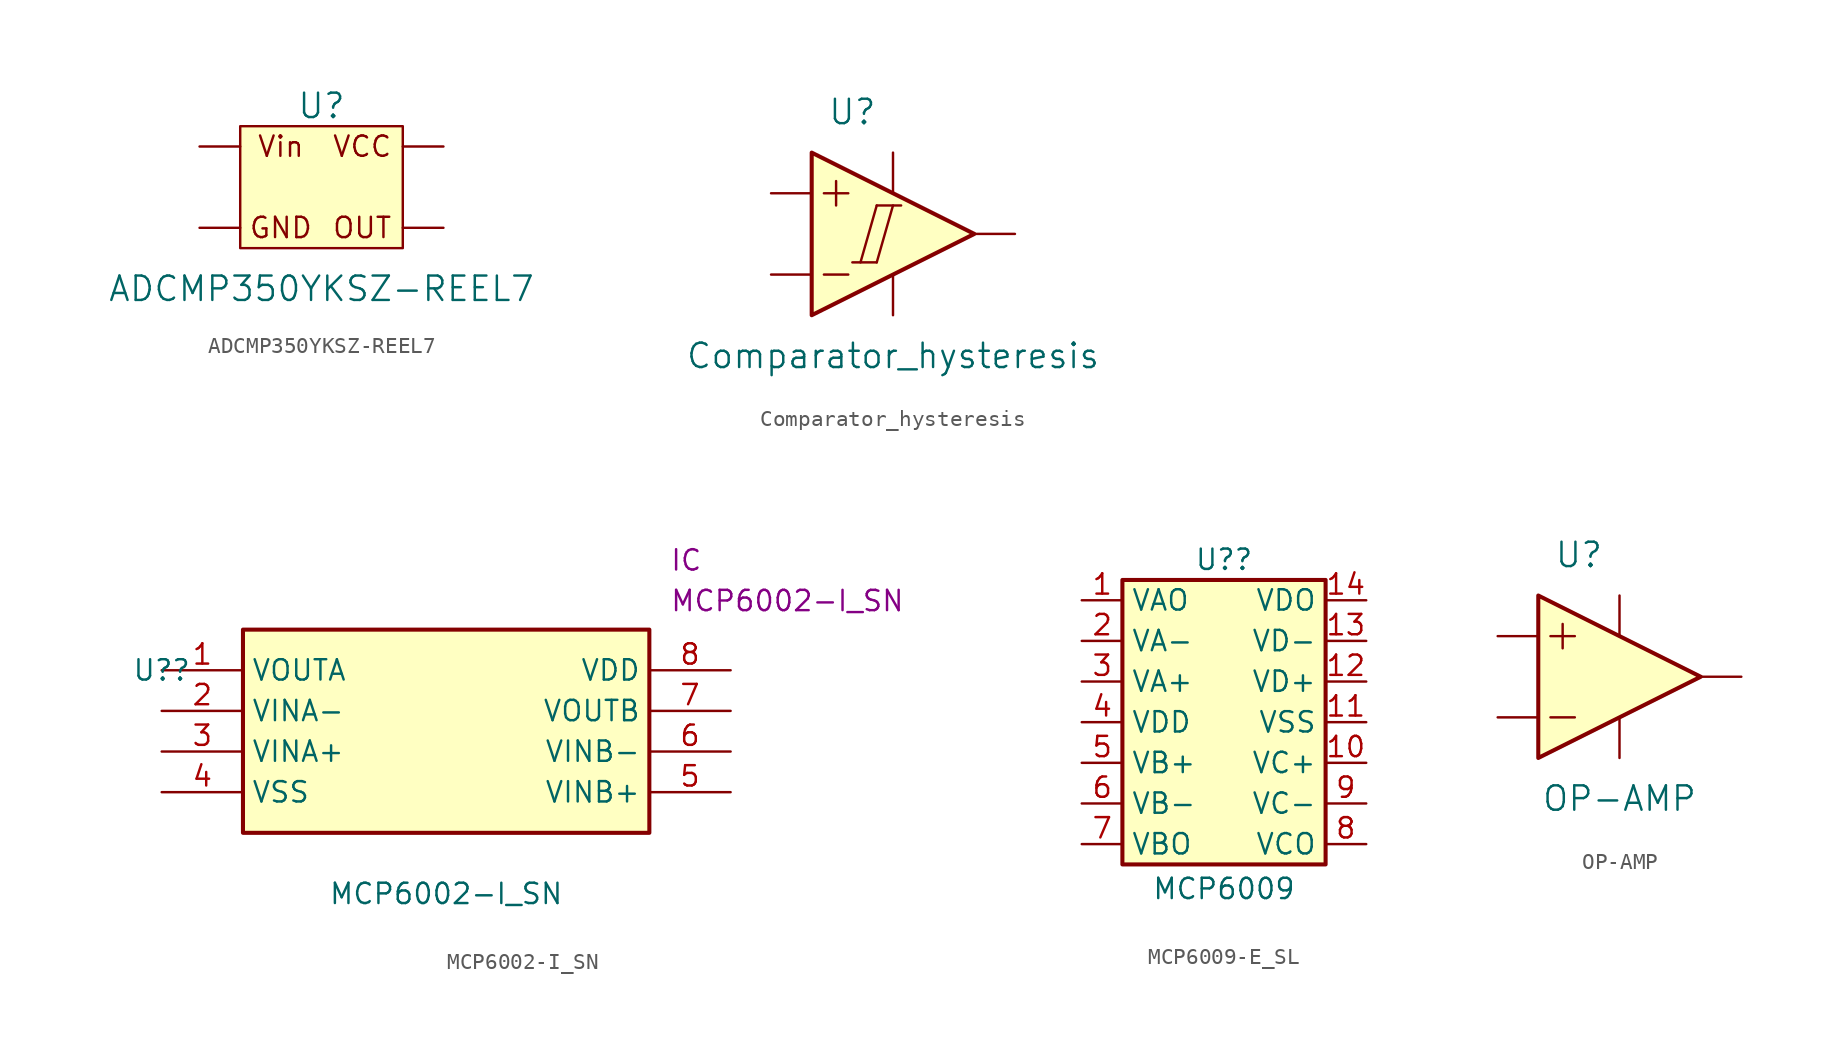
<source format=kicad_sym>
(kicad_symbol_lib
  (version 20231120)
  (generator "kicad_symbol_editor")
  (generator_version "8.0")
  (symbol "ADCMP350YKSZ-REEL7"
    (pin_numbers hide)
    (pin_names
      (offset 0) hide)
    (property "Reference" "U"
      (at 0 5.08 0)
      (effects (font (size 1.524 1.524))))
    (property "Value" "ADCMP350YKSZ-REEL7"
      (at 0 -6.35 0)
      (effects (font (size 1.524 1.524))))
    (symbol "ADCMP350YKSZ-REEL7_0_0"
      (rectangle (start -5.08 -3.81) (end 5.08 3.81) (stroke (width 0) (type default)) (fill (type background)))
      (text "GND" (at -2.54 -2.54 0) (effects (font (size 1.27 1.27))))
      (text "OUT" (at 2.54 -2.54 0) (effects (font (size 1.27 1.27))))
      (text "VCC" (at 2.54 2.54 0) (effects (font (size 1.27 1.27))))
      (text "Vin" (at -2.54 2.54 0) (effects (font (size 1.27 1.27)))))
    (symbol "ADCMP350YKSZ-REEL7_1_1"
      (pin input line (at -7.62 2.54 0) (length 2.54) (name "Vin" (effects (font (size 1.27 1.27)))) (number "1" (effects (font (size 1.27 1.27)))))
      (pin input line (at -7.62 -2.54 0) (length 2.54) (name "GND" (effects (font (size 1.27 1.27)))) (number "2" (effects (font (size 1.27 1.27)))))
      (pin input line (at 7.62 -2.54 180) (length 2.54) (name "Output" (effects (font (size 1.27 1.27)))) (number "3" (effects (font (size 1.27 1.27)))))
      (pin input line (at 7.62 2.54 180) (length 2.54) (name "Vcc" (effects (font (size 1.27 1.27)))) (number "4" (effects (font (size 1.27 1.27)))))))
  (symbol "Comparator_hysteresis"
    (pin_numbers hide)
    (pin_names
      (offset 0) hide)
    (property "Reference" "U"
      (at -2.54 7.62 0)
      (effects (font (size 1.524 1.524))))
    (property "Value" "Comparator_hysteresis"
      (at 0 -7.62 0)
      (effects (font (size 1.524 1.524))))
    (symbol "Comparator_hysteresis_0_1"
      (polyline (pts (xy -4.318 -2.54) (xy -2.794 -2.54)) (stroke (width 0) (type default)) (fill (type none)))
      (polyline (pts (xy -4.318 2.54) (xy -2.794 2.54)) (stroke (width 0) (type default)) (fill (type none)))
      (polyline (pts (xy -3.556 3.302) (xy -3.556 1.778)) (stroke (width 0) (type default)) (fill (type none)))
      (polyline (pts (xy -2.54 -1.778) (xy -1.016 -1.778)) (stroke (width 0) (type default)) (fill (type none)))
      (polyline (pts (xy -1.016 -1.778) (xy 0 1.778)) (stroke (width 0) (type default)) (fill (type none)))
      (polyline (pts (xy -1.016 1.778) (xy -2.032 -1.778)) (stroke (width 0) (type default)) (fill (type none)))
      (polyline (pts (xy -1.016 1.778) (xy 0.508 1.778)) (stroke (width 0) (type default)) (fill (type none)))
      (polyline (pts (xy -5.08 5.08) (xy -5.08 -5.08) (xy 5.08 0) (xy -5.08 5.08)) (stroke (width 0.254) (type default)) (fill (type background))))
    (symbol "Comparator_hysteresis_1_1"
      (pin input line (at -7.62 2.54 0) (length 2.54) (name "+Input" (effects (font (size 1.27 1.27)))) (number "~" (effects (font (size 1.27 1.27)))))
      (pin input line (at -7.62 -2.54 0) (length 2.54) (name "-Input" (effects (font (size 1.27 1.27)))) (number "~" (effects (font (size 1.27 1.27)))))
      (pin input line (at 7.62 0 180) (length 2.54) (name "Output" (effects (font (size 1.27 1.27)))) (number "~" (effects (font (size 1.27 1.27)))))
      (pin input line (at 0 5.08 270) (length 2.54) (name "Vs+" (effects (font (size 1.27 1.27)))) (number "~" (effects (font (size 1.27 1.27)))))
      (pin input line (at 0 -5.08 90) (length 2.54) (name "Vs-" (effects (font (size 1.27 1.27)))) (number "~" (effects (font (size 1.27 1.27)))))))
  (symbol "MCP6002-I_SN"
    (property "Reference" "U?"
      (at 0 0 0)
      (effects (font (size 1.27 1.27))))
    (property "Value" "MCP6002-I_SN"
      (at 17.78 -13.97 0)
      (effects (font (size 1.27 1.27))))
    (property "Reference_1" "IC"
      (at 31.75 7.62 0)
      (effects (font (size 1.27 1.27)) (justify left top)))
    (property "Value_1" "MCP6002-I_SN"
      (at 31.75 5.08 0)
      (effects (font (size 1.27 1.27)) (justify left top)))
    (symbol "MCP6002-I_SN_1_1"
      (rectangle (start 5.08 2.54) (end 30.48 -10.16) (stroke (width 0.254) (type default)) (fill (type background)))
      (pin passive line (at 0 0 0) (length 5.08) (name "VOUTA" (effects (font (size 1.27 1.27)))) (number "1" (effects (font (size 1.27 1.27)))))
      (pin passive line (at 0 -2.54 0) (length 5.08) (name "VINA-" (effects (font (size 1.27 1.27)))) (number "2" (effects (font (size 1.27 1.27)))))
      (pin passive line (at 0 -5.08 0) (length 5.08) (name "VINA+" (effects (font (size 1.27 1.27)))) (number "3" (effects (font (size 1.27 1.27)))))
      (pin passive line (at 0 -7.62 0) (length 5.08) (name "VSS" (effects (font (size 1.27 1.27)))) (number "4" (effects (font (size 1.27 1.27)))))
      (pin passive line (at 35.56 -7.62 180) (length 5.08) (name "VINB+" (effects (font (size 1.27 1.27)))) (number "5" (effects (font (size 1.27 1.27)))))
      (pin passive line (at 35.56 -5.08 180) (length 5.08) (name "VINB-" (effects (font (size 1.27 1.27)))) (number "6" (effects (font (size 1.27 1.27)))))
      (pin passive line (at 35.56 -2.54 180) (length 5.08) (name "VOUTB" (effects (font (size 1.27 1.27)))) (number "7" (effects (font (size 1.27 1.27)))))
      (pin passive line (at 35.56 0 180) (length 5.08) (name "VDD" (effects (font (size 1.27 1.27)))) (number "8" (effects (font (size 1.27 1.27)))))))
  (symbol "MCP6009-E_SL"
    (property "Reference" "U?"
      (at 0 10.16 0)
      (effects (font (size 1.27 1.27))))
    (property "Value" "MCP6009"
      (at 0 -10.414 0)
      (effects (font (size 1.27 1.27))))
    (symbol "MCP6009-E_SL_1_1"
      (rectangle (start -6.35 8.89) (end 6.35 -8.89) (stroke (width 0.254) (type default)) (fill (type background)))
      (pin passive line (at -8.89 7.62 0) (length 2.56) (name "VAO" (effects (font (size 1.27 1.27)))) (number "1" (effects (font (size 1.27 1.27)))))
      (pin passive line (at 8.89 -2.54 180) (length 2.56) (name "VC+" (effects (font (size 1.27 1.27)))) (number "10" (effects (font (size 1.27 1.27)))))
      (pin passive line (at 8.89 0 180) (length 2.56) (name "VSS" (effects (font (size 1.27 1.27)))) (number "11" (effects (font (size 1.27 1.27)))))
      (pin passive line (at 8.89 2.54 180) (length 2.56) (name "VD+" (effects (font (size 1.27 1.27)))) (number "12" (effects (font (size 1.27 1.27)))))
      (pin passive line (at 8.89 5.08 180) (length 2.56) (name "VD-" (effects (font (size 1.27 1.27)))) (number "13" (effects (font (size 1.27 1.27)))))
      (pin passive line (at 8.89 7.62 180) (length 2.56) (name "VDO" (effects (font (size 1.27 1.27)))) (number "14" (effects (font (size 1.27 1.27)))))
      (pin passive line (at -8.89 5.08 0) (length 2.56) (name "VA-" (effects (font (size 1.27 1.27)))) (number "2" (effects (font (size 1.27 1.27)))))
      (pin passive line (at -8.89 2.54 0) (length 2.56) (name "VA+" (effects (font (size 1.27 1.27)))) (number "3" (effects (font (size 1.27 1.27)))))
      (pin passive line (at -8.89 0 0) (length 2.56) (name "VDD" (effects (font (size 1.27 1.27)))) (number "4" (effects (font (size 1.27 1.27)))))
      (pin passive line (at -8.89 -2.54 0) (length 2.56) (name "VB+" (effects (font (size 1.27 1.27)))) (number "5" (effects (font (size 1.27 1.27)))))
      (pin passive line (at -8.89 -5.08 0) (length 2.56) (name "VB-" (effects (font (size 1.27 1.27)))) (number "6" (effects (font (size 1.27 1.27)))))
      (pin passive line (at -8.89 -7.62 0) (length 2.56) (name "VBO" (effects (font (size 1.27 1.27)))) (number "7" (effects (font (size 1.27 1.27)))))
      (pin passive line (at 8.89 -7.62 180) (length 2.56) (name "VCO" (effects (font (size 1.27 1.27)))) (number "8" (effects (font (size 1.27 1.27)))))
      (pin passive line (at 8.89 -5.08 180) (length 2.56) (name "VC-" (effects (font (size 1.27 1.27)))) (number "9" (effects (font (size 1.27 1.27)))))))
  (symbol "OP-AMP"
    (pin_numbers hide)
    (pin_names
      (offset 0) hide)
    (property "Reference" "U"
      (at -2.54 7.62 0)
      (effects (font (size 1.524 1.524))))
    (property "Value" "OP-AMP"
      (at 0 -7.62 0)
      (effects (font (size 1.524 1.524))))
    (symbol "OP-AMP_0_1"
      (polyline (pts (xy -4.318 -2.54) (xy -2.794 -2.54)) (stroke (width 0) (type default)) (fill (type none)))
      (polyline (pts (xy -4.318 2.54) (xy -2.794 2.54)) (stroke (width 0) (type default)) (fill (type none)))
      (polyline (pts (xy -3.556 3.302) (xy -3.556 1.778)) (stroke (width 0) (type default)) (fill (type none)))
      (polyline (pts (xy -5.08 5.08) (xy -5.08 -5.08) (xy 5.08 0) (xy -5.08 5.08)) (stroke (width 0.254) (type default)) (fill (type background))))
    (symbol "OP-AMP_1_1"
      (pin input line (at -7.62 2.54 0) (length 2.54) (name "+Input" (effects (font (size 1.27 1.27)))) (number "~" (effects (font (size 1.27 1.27)))))
      (pin input line (at -7.62 -2.54 0) (length 2.54) (name "-Input" (effects (font (size 1.27 1.27)))) (number "~" (effects (font (size 1.27 1.27)))))
      (pin input line (at 7.62 0 180) (length 2.54) (name "Output" (effects (font (size 1.27 1.27)))) (number "~" (effects (font (size 1.27 1.27)))))
      (pin input line (at 0 5.08 270) (length 2.54) (name "Vs+" (effects (font (size 1.27 1.27)))) (number "~" (effects (font (size 1.27 1.27)))))
      (pin input line (at 0 -5.08 90) (length 2.54) (name "Vs-" (effects (font (size 1.27 1.27)))) (number "~" (effects (font (size 1.27 1.27))))))))
</source>
